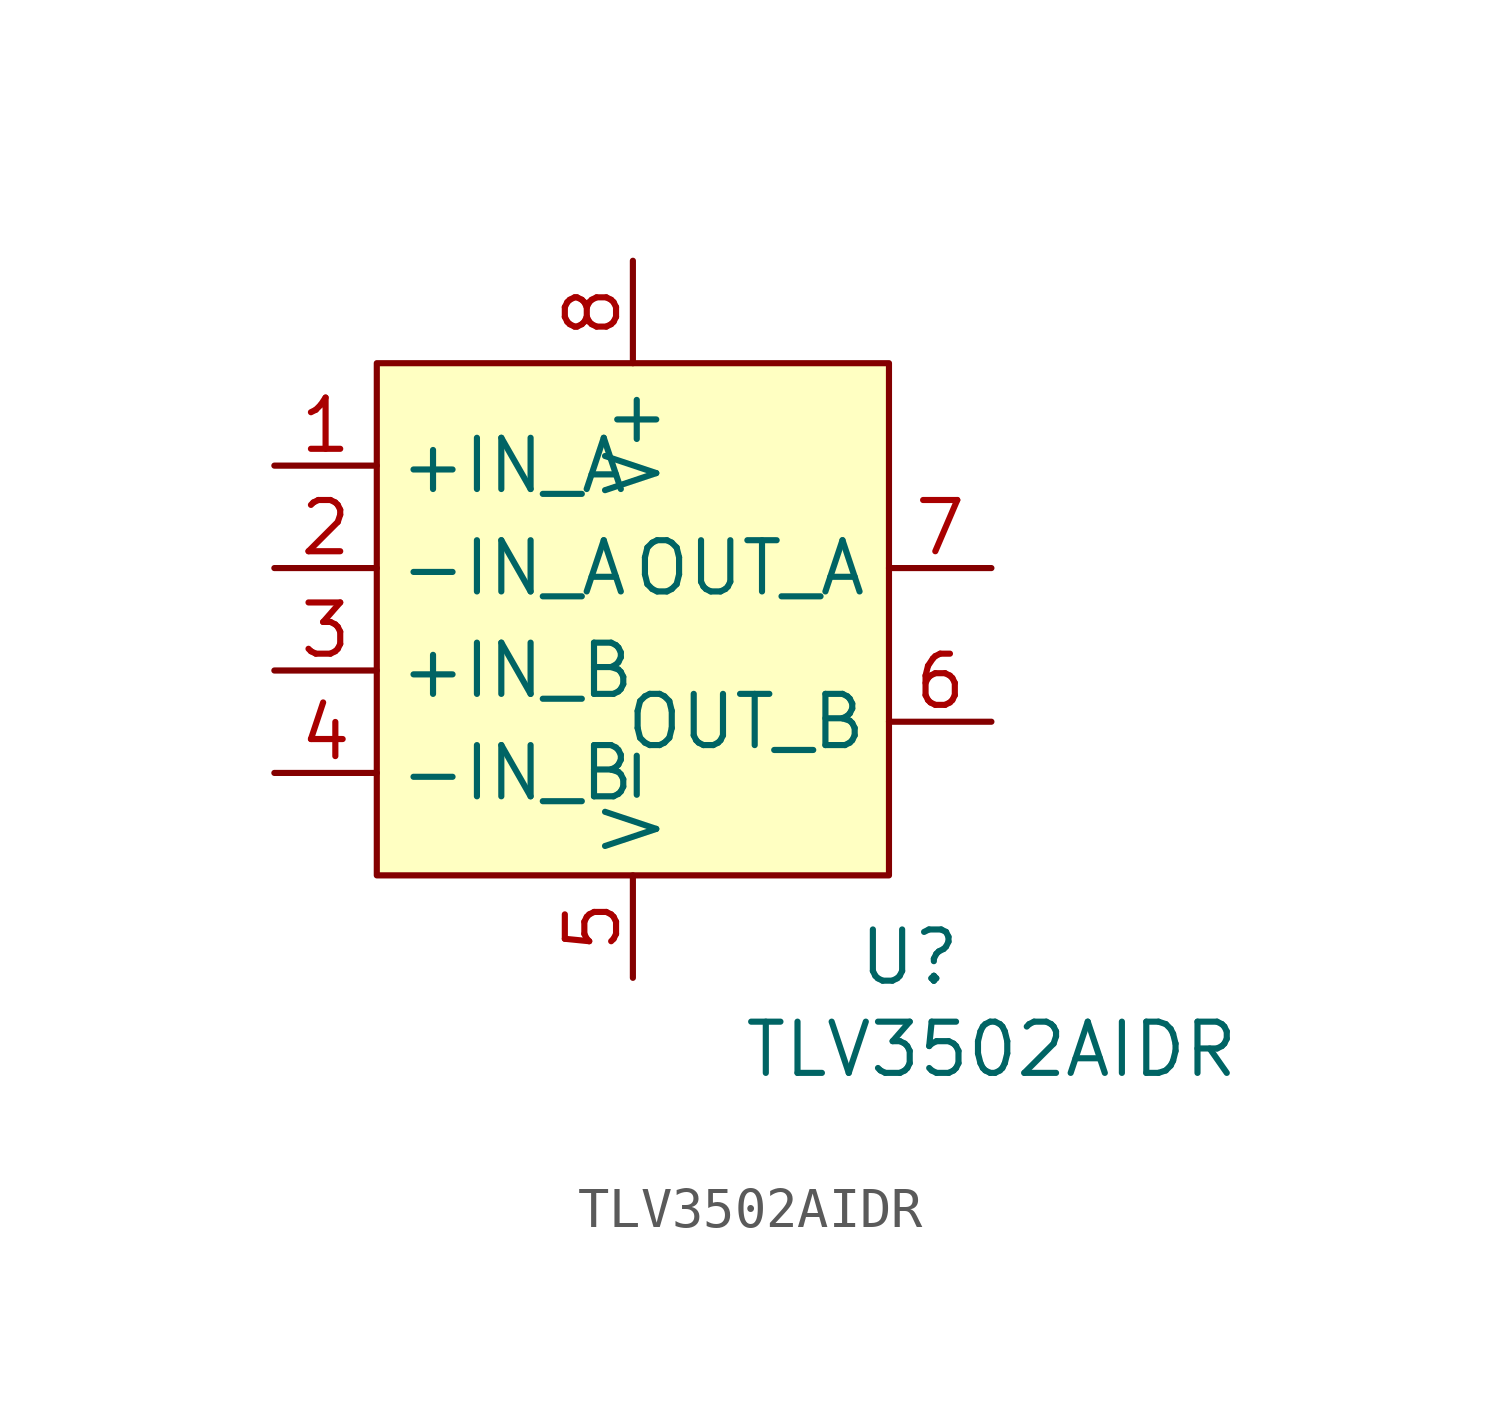
<source format=kicad_sym>
(kicad_symbol_lib
  (version 20241209)
  (generator "kicad_symbol_editor")
  (generator_version "9.0")
  (symbol "TLV3502AIDR"
    (property "Reference" "U"
      (at 6.858 -8.382 0)
      (effects (font (size 1.27 1.27))))
    (property "Value" "TLV3502AIDR"
      (at 8.89 -10.668 0)
      (effects (font (size 1.27 1.27))))
    (property "ki_locked" ""
      (at 0 0 0)
      (effects (font (size 1.27 1.27))))
    (symbol "TLV3502AIDR_1_1"
      (rectangle (start -6.35 6.35) (end 6.35 -6.35) (stroke (width 0) (type solid)) (fill (type background)))
      (pin input line (at -8.89 3.81 0) (length 2.54) (name "+IN_A" (effects (font (size 1.27 1.27)))) (number "1" (effects (font (size 1.27 1.27)))))
      (pin input line (at -8.89 1.27 0) (length 2.54) (name "-IN_A" (effects (font (size 1.27 1.27)))) (number "2" (effects (font (size 1.27 1.27)))))
      (pin input line (at -8.89 -1.27 0) (length 2.54) (name "+IN_B" (effects (font (size 1.27 1.27)))) (number "3" (effects (font (size 1.27 1.27)))))
      (pin input line (at -8.89 -3.81 0) (length 2.54) (name "-IN_B" (effects (font (size 1.27 1.27)))) (number "4" (effects (font (size 1.27 1.27)))))
      (pin power_in line (at 0 8.89 270) (length 2.54) (name "V+" (effects (font (size 1.27 1.27)))) (number "8" (effects (font (size 1.27 1.27)))))
      (pin power_in line (at 0 -8.89 90) (length 2.54) (name "V-" (effects (font (size 1.27 1.27)))) (number "5" (effects (font (size 1.27 1.27)))))
      (pin output line (at 8.89 1.27 180) (length 2.54) (name "OUT_A" (effects (font (size 1.27 1.27)))) (number "7" (effects (font (size 1.27 1.27)))))
      (pin output line (at 8.89 -2.54 180) (length 2.54) (name "OUT_B" (effects (font (size 1.27 1.27)))) (number "6" (effects (font (size 1.27 1.27))))))))
</source>
